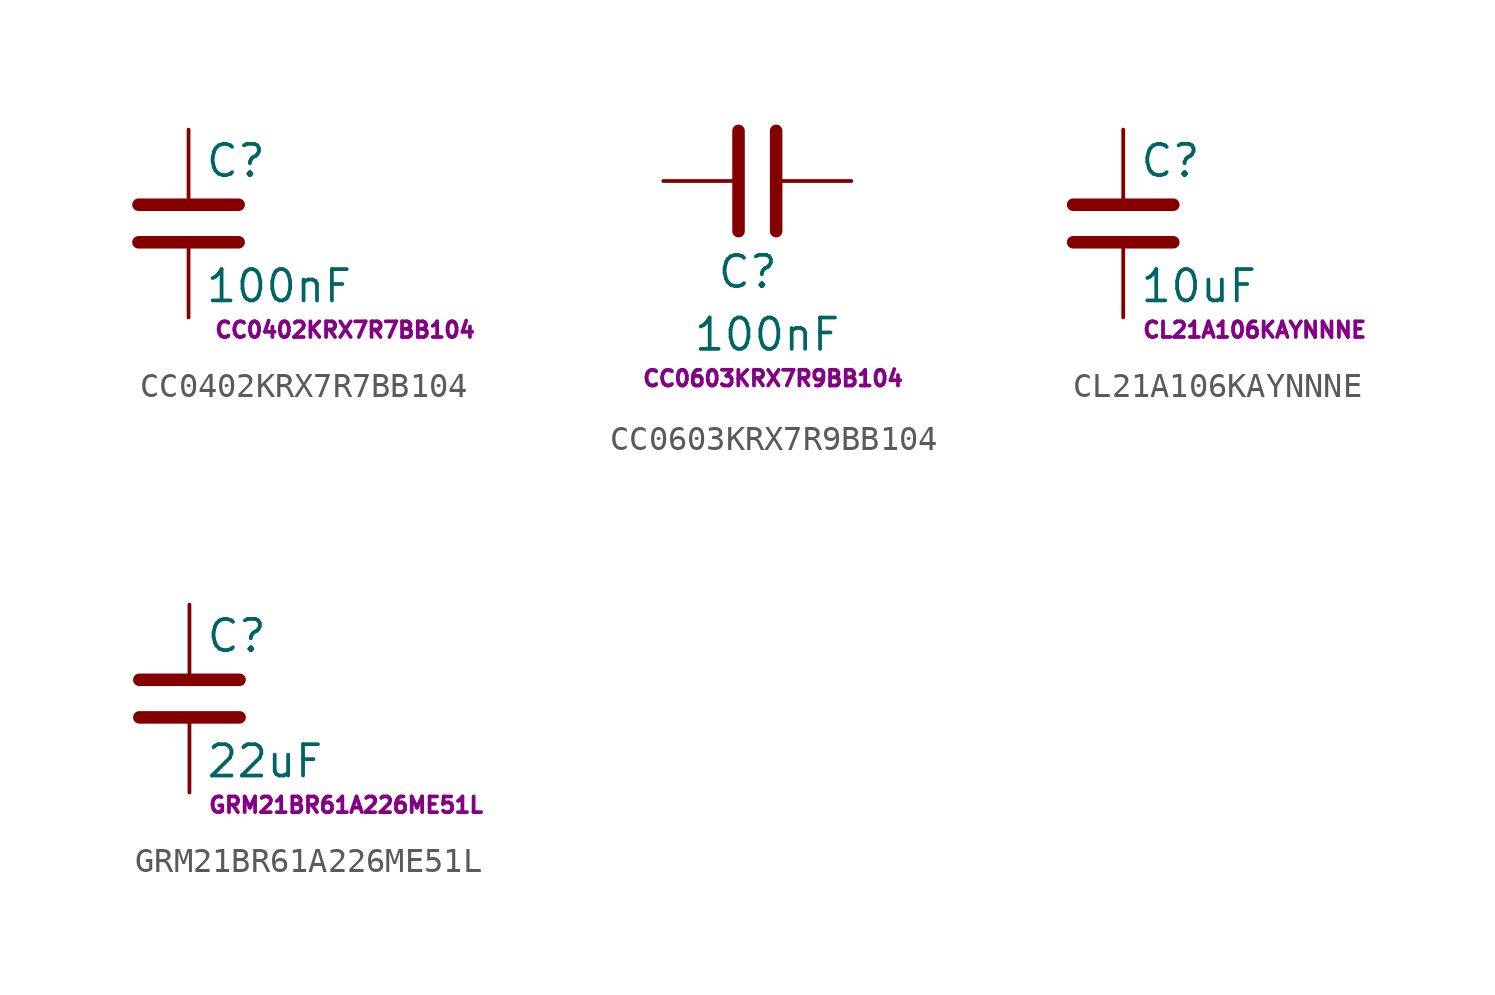
<source format=kicad_sym>
(kicad_symbol_lib
  (version 20241209)
  (generator "kicad_symbol_editor")
  (generator_version "9.0")
  (symbol "CC0402KRX7R7BB104"
    (pin_numbers
      (hide yes))
    (pin_names
      (offset 0.254))
    (property "Reference" "C"
      (at 0.635 2.54 0)
      (effects (font (size 1.27 1.27)) (justify left)))
    (property "Value" "100nF"
      (at 0.635 -2.54 0)
      (effects (font (size 1.27 1.27)) (justify left)))
    (property "Footprint Name" "CC0402KRX7R7BB104"
      (at 6.35 -4.318 0)
      (effects (font (size 0.635 0.635))))
    (symbol "CC0402KRX7R7BB104_0_1"
      (polyline (pts (xy -2.032 0.762) (xy 2.032 0.762)) (stroke (width 0.508) (type default)) (fill (type none)))
      (polyline (pts (xy -2.032 -0.762) (xy 2.032 -0.762)) (stroke (width 0.508) (type default)) (fill (type none))))
    (symbol "CC0402KRX7R7BB104_1_1"
      (pin passive line (at 0 3.81 270) (length 2.794) (name "~" (effects (font (size 1.27 1.27)))) (number "1" (effects (font (size 1.27 1.27)))))
      (pin passive line (at 0 -3.81 90) (length 2.794) (name "~" (effects (font (size 1.27 1.27)))) (number "2" (effects (font (size 1.27 1.27)))))))
  (symbol "CC0603KRX7R9BB104"
    (pin_numbers
      (hide yes))
    (pin_names
      (offset 0.254))
    (property "Reference" "C"
      (at 4.064 -3.048 0)
      (effects (font (size 1.27 1.27)) (justify right)))
    (property "Value" "100nF"
      (at 6.604 -5.588 0)
      (effects (font (size 1.27 1.27)) (justify right)))
    (property "Footprint Name" "CC0603KRX7R9BB104"
      (at 3.81 -7.366 0)
      (effects (font (size 0.635 0.635))))
    (symbol "CC0603KRX7R9BB104_0_1"
      (polyline (pts (xy 2.413 2.667) (xy 2.413 -1.397)) (stroke (width 0.508) (type default)) (fill (type none)))
      (polyline (pts (xy 3.937 2.667) (xy 3.937 -1.397)) (stroke (width 0.508) (type default)) (fill (type none))))
    (symbol "CC0603KRX7R9BB104_1_1"
      (pin passive line (at -0.635 0.635 0) (length 2.794) (name "~" (effects (font (size 1.27 1.27)))) (number "2" (effects (font (size 1.27 1.27)))))
      (pin passive line (at 6.985 0.635 180) (length 2.794) (name "~" (effects (font (size 1.27 1.27)))) (number "1" (effects (font (size 1.27 1.27)))))))
  (symbol "CL21A106KAYNNNE"
    (pin_numbers
      (hide yes))
    (pin_names
      (offset 0.254))
    (property "Reference" "C"
      (at 0.635 2.54 0)
      (effects (font (size 1.27 1.27)) (justify left)))
    (property "Value" "10uF"
      (at 0.635 -2.54 0)
      (effects (font (size 1.27 1.27)) (justify left)))
    (property "Footprint Name" "CL21A106KAYNNNE"
      (at 5.334 -4.318 0)
      (effects (font (size 0.635 0.635))))
    (symbol "CL21A106KAYNNNE_0_1"
      (polyline (pts (xy -2.032 0.762) (xy 2.032 0.762)) (stroke (width 0.508) (type default)) (fill (type none)))
      (polyline (pts (xy -2.032 -0.762) (xy 2.032 -0.762)) (stroke (width 0.508) (type default)) (fill (type none))))
    (symbol "CL21A106KAYNNNE_1_1"
      (pin passive line (at 0 3.81 270) (length 2.794) (name "~" (effects (font (size 1.27 1.27)))) (number "1" (effects (font (size 1.27 1.27)))))
      (pin passive line (at 0 -3.81 90) (length 2.794) (name "~" (effects (font (size 1.27 1.27)))) (number "2" (effects (font (size 1.27 1.27)))))))
  (symbol "GRM21BR61A226ME51L"
    (pin_numbers
      (hide yes))
    (pin_names
      (offset 0.254))
    (property "Reference" "C"
      (at 0.635 2.54 0)
      (effects (font (size 1.27 1.27)) (justify left)))
    (property "Value" "22uF"
      (at 0.635 -2.54 0)
      (effects (font (size 1.27 1.27)) (justify left)))
    (property "Footprint Name" "GRM21BR61A226ME51L"
      (at 6.35 -4.318 0)
      (effects (font (size 0.635 0.635))))
    (symbol "GRM21BR61A226ME51L_0_1"
      (polyline (pts (xy -2.032 0.762) (xy 2.032 0.762)) (stroke (width 0.508) (type default)) (fill (type none)))
      (polyline (pts (xy -2.032 -0.762) (xy 2.032 -0.762)) (stroke (width 0.508) (type default)) (fill (type none))))
    (symbol "GRM21BR61A226ME51L_1_1"
      (pin passive line (at 0 3.81 270) (length 2.794) (name "~" (effects (font (size 1.27 1.27)))) (number "1" (effects (font (size 1.27 1.27)))))
      (pin passive line (at 0 -3.81 90) (length 2.794) (name "~" (effects (font (size 1.27 1.27)))) (number "2" (effects (font (size 1.27 1.27))))))))
</source>
